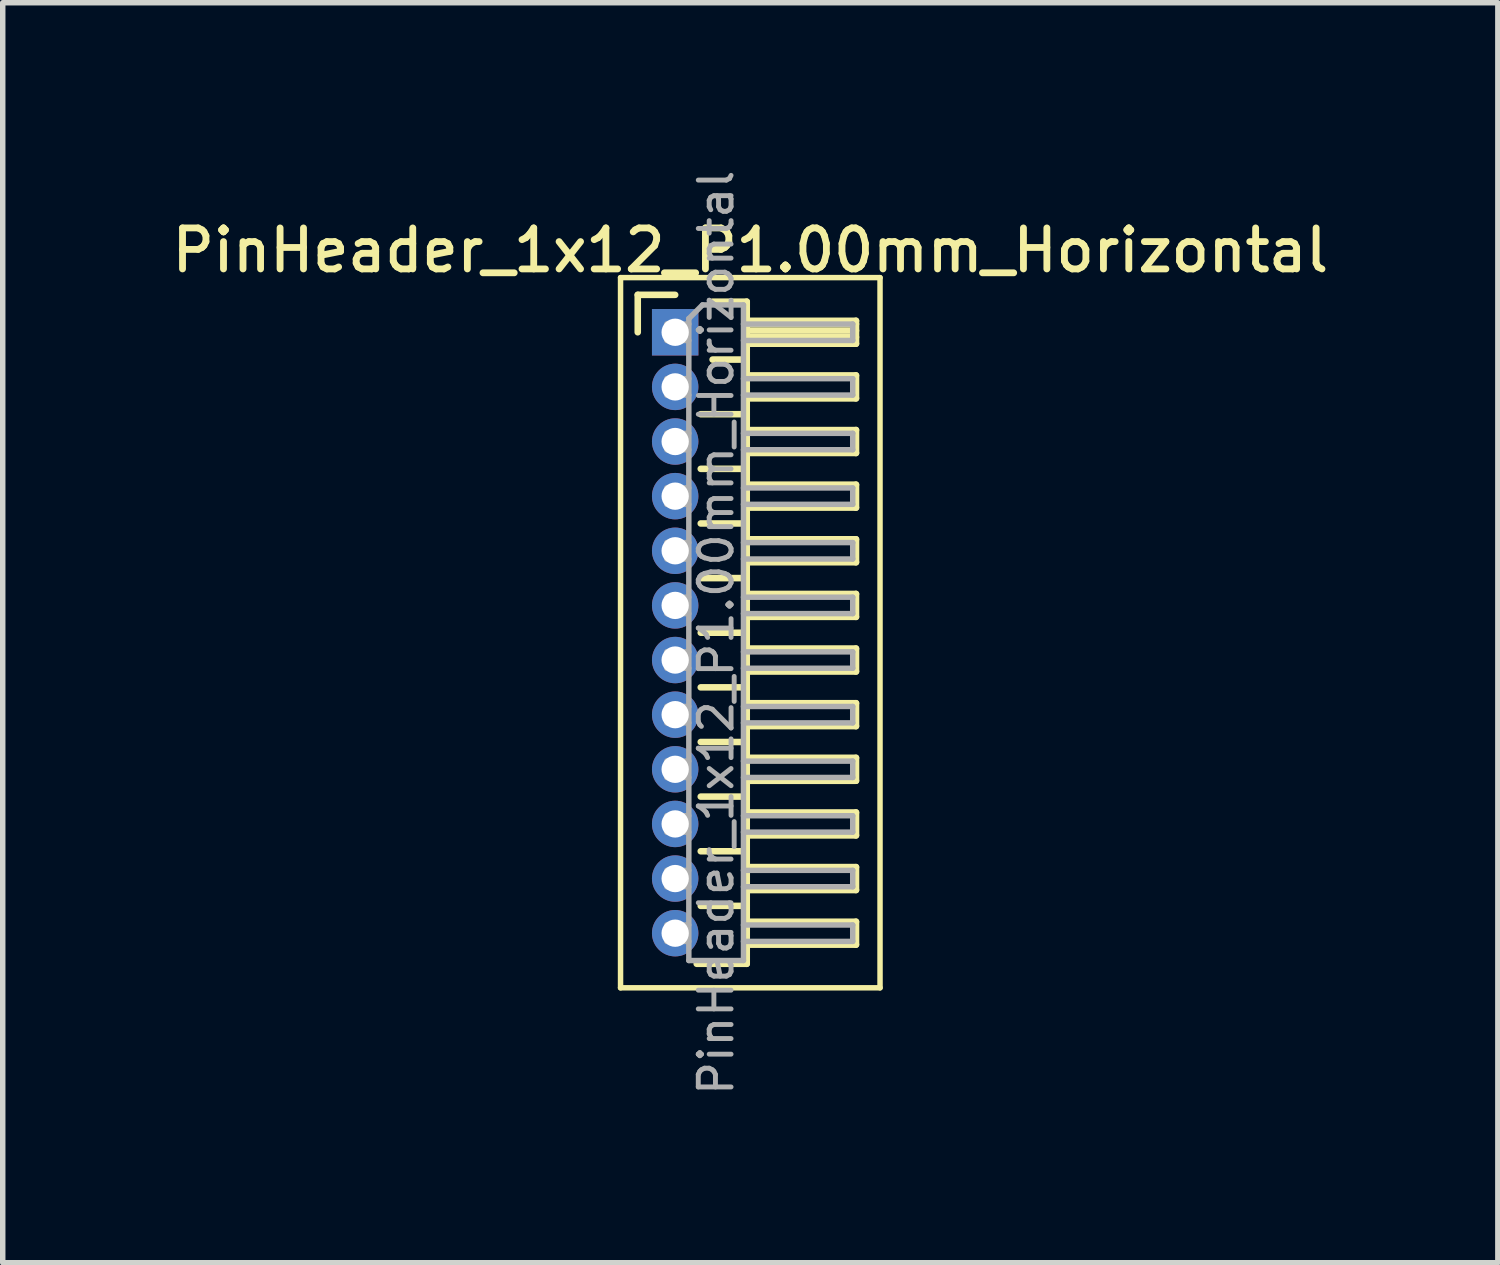
<source format=kicad_pcb>
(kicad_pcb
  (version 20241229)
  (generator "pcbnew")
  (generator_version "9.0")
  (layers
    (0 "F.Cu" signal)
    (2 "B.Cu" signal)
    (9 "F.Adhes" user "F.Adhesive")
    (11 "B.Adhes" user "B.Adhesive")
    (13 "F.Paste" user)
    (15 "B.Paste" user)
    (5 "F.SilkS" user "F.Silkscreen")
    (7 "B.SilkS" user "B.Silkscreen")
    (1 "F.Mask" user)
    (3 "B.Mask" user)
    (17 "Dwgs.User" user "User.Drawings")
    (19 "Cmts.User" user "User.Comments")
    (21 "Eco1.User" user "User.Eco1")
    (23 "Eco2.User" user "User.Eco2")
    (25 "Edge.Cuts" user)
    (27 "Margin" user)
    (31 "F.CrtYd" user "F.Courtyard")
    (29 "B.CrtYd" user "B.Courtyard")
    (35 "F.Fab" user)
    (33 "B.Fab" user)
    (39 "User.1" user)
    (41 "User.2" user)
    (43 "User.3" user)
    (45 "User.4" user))
  (footprint "PinHeader_1x12_P1.00mm_Horizontal"
    (layer "F.Cu")
    (at 9.309 3.032)
    (property "Reference" "PinHeader_1x12_P1.00mm_Horizontal" (at 1.375 -1.5 0) (layer "F.SilkS") (effects (font (size 0.75 0.75) (thickness 0.125))))
    (attr through_hole)
    (fp_line (start -1 -1) (end -1 12) (stroke (width 0.1) (type solid)) (layer "F.SilkS"))
    (fp_line (start -1 12) (end 3.75 12) (stroke (width 0.1) (type solid)) (layer "F.SilkS"))
    (fp_line (start -0.685 -0.685) (end 0 -0.685) (stroke (width 0.12) (type solid)) (layer "F.SilkS"))
    (fp_line (start -0.685 0) (end -0.685 -0.685) (stroke (width 0.12) (type solid)) (layer "F.SilkS"))
    (fp_line (start 0.468 1.5) (end 1.31 1.5) (stroke (width 0.12) (type solid)) (layer "F.SilkS"))
    (fp_line (start 0.468 2.5) (end 1.31 2.5) (stroke (width 0.12) (type solid)) (layer "F.SilkS"))
    (fp_line (start 0.468 3.5) (end 1.31 3.5) (stroke (width 0.12) (type solid)) (layer "F.SilkS"))
    (fp_line (start 0.468 4.5) (end 1.31 4.5) (stroke (width 0.12) (type solid)) (layer "F.SilkS"))
    (fp_line (start 0.468 5.5) (end 1.31 5.5) (stroke (width 0.12) (type solid)) (layer "F.SilkS"))
    (fp_line (start 0.468 6.5) (end 1.31 6.5) (stroke (width 0.12) (type solid)) (layer "F.SilkS"))
    (fp_line (start 0.468 7.5) (end 1.31 7.5) (stroke (width 0.12) (type solid)) (layer "F.SilkS"))
    (fp_line (start 0.468 8.5) (end 1.31 8.5) (stroke (width 0.12) (type solid)) (layer "F.SilkS"))
    (fp_line (start 0.468 9.5) (end 1.31 9.5) (stroke (width 0.12) (type solid)) (layer "F.SilkS"))
    (fp_line (start 0.468 10.5) (end 1.31 10.5) (stroke (width 0.12) (type solid)) (layer "F.SilkS"))
    (fp_line (start 0.685 -0.56) (end 1.31 -0.56) (stroke (width 0.12) (type solid)) (layer "F.SilkS"))
    (fp_line (start 0.685 0.5) (end 1.31 0.5) (stroke (width 0.12) (type solid)) (layer "F.SilkS"))
    (fp_line (start 1.31 -0.56) (end 1.31 11.56) (stroke (width 0.12) (type solid)) (layer "F.SilkS"))
    (fp_line (start 1.31 -0.21) (end 3.31 -0.21) (stroke (width 0.12) (type solid)) (layer "F.SilkS"))
    (fp_line (start 1.31 -0.15) (end 3.31 -0.15) (stroke (width 0.12) (type solid)) (layer "F.SilkS"))
    (fp_line (start 1.31 -0.03) (end 3.31 -0.03) (stroke (width 0.12) (type solid)) (layer "F.SilkS"))
    (fp_line (start 1.31 0.09) (end 3.31 0.09) (stroke (width 0.12) (type solid)) (layer "F.SilkS"))
    (fp_line (start 1.31 0.79) (end 3.31 0.79) (stroke (width 0.12) (type solid)) (layer "F.SilkS"))
    (fp_line (start 1.31 1.79) (end 3.31 1.79) (stroke (width 0.12) (type solid)) (layer "F.SilkS"))
    (fp_line (start 1.31 2.79) (end 3.31 2.79) (stroke (width 0.12) (type solid)) (layer "F.SilkS"))
    (fp_line (start 1.31 3.79) (end 3.31 3.79) (stroke (width 0.12) (type solid)) (layer "F.SilkS"))
    (fp_line (start 1.31 4.79) (end 3.31 4.79) (stroke (width 0.12) (type solid)) (layer "F.SilkS"))
    (fp_line (start 1.31 5.79) (end 3.31 5.79) (stroke (width 0.12) (type solid)) (layer "F.SilkS"))
    (fp_line (start 1.31 6.79) (end 3.31 6.79) (stroke (width 0.12) (type solid)) (layer "F.SilkS"))
    (fp_line (start 1.31 7.79) (end 3.31 7.79) (stroke (width 0.12) (type solid)) (layer "F.SilkS"))
    (fp_line (start 1.31 8.79) (end 3.31 8.79) (stroke (width 0.12) (type solid)) (layer "F.SilkS"))
    (fp_line (start 1.31 9.79) (end 3.31 9.79) (stroke (width 0.12) (type solid)) (layer "F.SilkS"))
    (fp_line (start 1.31 10.79) (end 3.31 10.79) (stroke (width 0.12) (type solid)) (layer "F.SilkS"))
    (fp_line (start 1.31 11.56) (end 0.394 11.56) (stroke (width 0.12) (type solid)) (layer "F.SilkS"))
    (fp_line (start 3.31 -0.21) (end 3.31 0.21) (stroke (width 0.12) (type solid)) (layer "F.SilkS"))
    (fp_line (start 3.31 0.21) (end 1.31 0.21) (stroke (width 0.12) (type solid)) (layer "F.SilkS"))
    (fp_line (start 3.31 0.79) (end 3.31 1.21) (stroke (width 0.12) (type solid)) (layer "F.SilkS"))
    (fp_line (start 3.31 1.21) (end 1.31 1.21) (stroke (width 0.12) (type solid)) (layer "F.SilkS"))
    (fp_line (start 3.31 1.79) (end 3.31 2.21) (stroke (width 0.12) (type solid)) (layer "F.SilkS"))
    (fp_line (start 3.31 2.21) (end 1.31 2.21) (stroke (width 0.12) (type solid)) (layer "F.SilkS"))
    (fp_line (start 3.31 2.79) (end 3.31 3.21) (stroke (width 0.12) (type solid)) (layer "F.SilkS"))
    (fp_line (start 3.31 3.21) (end 1.31 3.21) (stroke (width 0.12) (type solid)) (layer "F.SilkS"))
    (fp_line (start 3.31 3.79) (end 3.31 4.21) (stroke (width 0.12) (type solid)) (layer "F.SilkS"))
    (fp_line (start 3.31 4.21) (end 1.31 4.21) (stroke (width 0.12) (type solid)) (layer "F.SilkS"))
    (fp_line (start 3.31 4.79) (end 3.31 5.21) (stroke (width 0.12) (type solid)) (layer "F.SilkS"))
    (fp_line (start 3.31 5.21) (end 1.31 5.21) (stroke (width 0.12) (type solid)) (layer "F.SilkS"))
    (fp_line (start 3.31 5.79) (end 3.31 6.21) (stroke (width 0.12) (type solid)) (layer "F.SilkS"))
    (fp_line (start 3.31 6.21) (end 1.31 6.21) (stroke (width 0.12) (type solid)) (layer "F.SilkS"))
    (fp_line (start 3.31 6.79) (end 3.31 7.21) (stroke (width 0.12) (type solid)) (layer "F.SilkS"))
    (fp_line (start 3.31 7.21) (end 1.31 7.21) (stroke (width 0.12) (type solid)) (layer "F.SilkS"))
    (fp_line (start 3.31 7.79) (end 3.31 8.21) (stroke (width 0.12) (type solid)) (layer "F.SilkS"))
    (fp_line (start 3.31 8.21) (end 1.31 8.21) (stroke (width 0.12) (type solid)) (layer "F.SilkS"))
    (fp_line (start 3.31 8.79) (end 3.31 9.21) (stroke (width 0.12) (type solid)) (layer "F.SilkS"))
    (fp_line (start 3.31 9.21) (end 1.31 9.21) (stroke (width 0.12) (type solid)) (layer "F.SilkS"))
    (fp_line (start 3.31 9.79) (end 3.31 10.21) (stroke (width 0.12) (type solid)) (layer "F.SilkS"))
    (fp_line (start 3.31 10.21) (end 1.31 10.21) (stroke (width 0.12) (type solid)) (layer "F.SilkS"))
    (fp_line (start 3.31 10.79) (end 3.31 11.21) (stroke (width 0.12) (type solid)) (layer "F.SilkS"))
    (fp_line (start 3.31 11.21) (end 1.31 11.21) (stroke (width 0.12) (type solid)) (layer "F.SilkS"))
    (fp_line (start 3.75 -1) (end -1 -1) (stroke (width 0.1) (type solid)) (layer "F.SilkS"))
    (fp_line (start 3.75 12) (end 3.75 -1) (stroke (width 0.1) (type solid)) (layer "F.SilkS"))
    (fp_line (start -0.15 -0.15) (end -0.15 0.15) (stroke (width 0.1) (type solid)) (layer "F.Fab"))
    (fp_line (start -0.15 -0.15) (end 0.25 -0.15) (stroke (width 0.1) (type solid)) (layer "F.Fab"))
    (fp_line (start -0.15 0.15) (end 0.25 0.15) (stroke (width 0.1) (type solid)) (layer "F.Fab"))
    (fp_line (start -0.15 0.85) (end -0.15 1.15) (stroke (width 0.1) (type solid)) (layer "F.Fab"))
    (fp_line (start -0.15 0.85) (end 0.25 0.85) (stroke (width 0.1) (type solid)) (layer "F.Fab"))
    (fp_line (start -0.15 1.15) (end 0.25 1.15) (stroke (width 0.1) (type solid)) (layer "F.Fab"))
    (fp_line (start -0.15 1.85) (end -0.15 2.15) (stroke (width 0.1) (type solid)) (layer "F.Fab"))
    (fp_line (start -0.15 1.85) (end 0.25 1.85) (stroke (width 0.1) (type solid)) (layer "F.Fab"))
    (fp_line (start -0.15 2.15) (end 0.25 2.15) (stroke (width 0.1) (type solid)) (layer "F.Fab"))
    (fp_line (start -0.15 2.85) (end -0.15 3.15) (stroke (width 0.1) (type solid)) (layer "F.Fab"))
    (fp_line (start -0.15 2.85) (end 0.25 2.85) (stroke (width 0.1) (type solid)) (layer "F.Fab"))
    (fp_line (start -0.15 3.15) (end 0.25 3.15) (stroke (width 0.1) (type solid)) (layer "F.Fab"))
    (fp_line (start -0.15 3.85) (end -0.15 4.15) (stroke (width 0.1) (type solid)) (layer "F.Fab"))
    (fp_line (start -0.15 3.85) (end 0.25 3.85) (stroke (width 0.1) (type solid)) (layer "F.Fab"))
    (fp_line (start -0.15 4.15) (end 0.25 4.15) (stroke (width 0.1) (type solid)) (layer "F.Fab"))
    (fp_line (start -0.15 4.85) (end -0.15 5.15) (stroke (width 0.1) (type solid)) (layer "F.Fab"))
    (fp_line (start -0.15 4.85) (end 0.25 4.85) (stroke (width 0.1) (type solid)) (layer "F.Fab"))
    (fp_line (start -0.15 5.15) (end 0.25 5.15) (stroke (width 0.1) (type solid)) (layer "F.Fab"))
    (fp_line (start -0.15 5.85) (end -0.15 6.15) (stroke (width 0.1) (type solid)) (layer "F.Fab"))
    (fp_line (start -0.15 5.85) (end 0.25 5.85) (stroke (width 0.1) (type solid)) (layer "F.Fab"))
    (fp_line (start -0.15 6.15) (end 0.25 6.15) (stroke (width 0.1) (type solid)) (layer "F.Fab"))
    (fp_line (start -0.15 6.85) (end -0.15 7.15) (stroke (width 0.1) (type solid)) (layer "F.Fab"))
    (fp_line (start -0.15 6.85) (end 0.25 6.85) (stroke (width 0.1) (type solid)) (layer "F.Fab"))
    (fp_line (start -0.15 7.15) (end 0.25 7.15) (stroke (width 0.1) (type solid)) (layer "F.Fab"))
    (fp_line (start -0.15 7.85) (end -0.15 8.15) (stroke (width 0.1) (type solid)) (layer "F.Fab"))
    (fp_line (start -0.15 7.85) (end 0.25 7.85) (stroke (width 0.1) (type solid)) (layer "F.Fab"))
    (fp_line (start -0.15 8.15) (end 0.25 8.15) (stroke (width 0.1) (type solid)) (layer "F.Fab"))
    (fp_line (start -0.15 8.85) (end -0.15 9.15) (stroke (width 0.1) (type solid)) (layer "F.Fab"))
    (fp_line (start -0.15 8.85) (end 0.25 8.85) (stroke (width 0.1) (type solid)) (layer "F.Fab"))
    (fp_line (start -0.15 9.15) (end 0.25 9.15) (stroke (width 0.1) (type solid)) (layer "F.Fab"))
    (fp_line (start -0.15 9.85) (end -0.15 10.15) (stroke (width 0.1) (type solid)) (layer "F.Fab"))
    (fp_line (start -0.15 9.85) (end 0.25 9.85) (stroke (width 0.1) (type solid)) (layer "F.Fab"))
    (fp_line (start -0.15 10.15) (end 0.25 10.15) (stroke (width 0.1) (type solid)) (layer "F.Fab"))
    (fp_line (start -0.15 10.85) (end -0.15 11.15) (stroke (width 0.1) (type solid)) (layer "F.Fab"))
    (fp_line (start -0.15 10.85) (end 0.25 10.85) (stroke (width 0.1) (type solid)) (layer "F.Fab"))
    (fp_line (start -0.15 11.15) (end 0.25 11.15) (stroke (width 0.1) (type solid)) (layer "F.Fab"))
    (fp_line (start 0.25 -0.25) (end 0.5 -0.5) (stroke (width 0.1) (type solid)) (layer "F.Fab"))
    (fp_line (start 0.25 11.5) (end 0.25 -0.25) (stroke (width 0.1) (type solid)) (layer "F.Fab"))
    (fp_line (start 0.5 -0.5) (end 1.25 -0.5) (stroke (width 0.1) (type solid)) (layer "F.Fab"))
    (fp_line (start 1.25 -0.5) (end 1.25 11.5) (stroke (width 0.1) (type solid)) (layer "F.Fab"))
    (fp_line (start 1.25 -0.15) (end 3.25 -0.15) (stroke (width 0.1) (type solid)) (layer "F.Fab"))
    (fp_line (start 1.25 0.15) (end 3.25 0.15) (stroke (width 0.1) (type solid)) (layer "F.Fab"))
    (fp_line (start 1.25 0.85) (end 3.25 0.85) (stroke (width 0.1) (type solid)) (layer "F.Fab"))
    (fp_line (start 1.25 1.15) (end 3.25 1.15) (stroke (width 0.1) (type solid)) (layer "F.Fab"))
    (fp_line (start 1.25 1.85) (end 3.25 1.85) (stroke (width 0.1) (type solid)) (layer "F.Fab"))
    (fp_line (start 1.25 2.15) (end 3.25 2.15) (stroke (width 0.1) (type solid)) (layer "F.Fab"))
    (fp_line (start 1.25 2.85) (end 3.25 2.85) (stroke (width 0.1) (type solid)) (layer "F.Fab"))
    (fp_line (start 1.25 3.15) (end 3.25 3.15) (stroke (width 0.1) (type solid)) (layer "F.Fab"))
    (fp_line (start 1.25 3.85) (end 3.25 3.85) (stroke (width 0.1) (type solid)) (layer "F.Fab"))
    (fp_line (start 1.25 4.15) (end 3.25 4.15) (stroke (width 0.1) (type solid)) (layer "F.Fab"))
    (fp_line (start 1.25 4.85) (end 3.25 4.85) (stroke (width 0.1) (type solid)) (layer "F.Fab"))
    (fp_line (start 1.25 5.15) (end 3.25 5.15) (stroke (width 0.1) (type solid)) (layer "F.Fab"))
    (fp_line (start 1.25 5.85) (end 3.25 5.85) (stroke (width 0.1) (type solid)) (layer "F.Fab"))
    (fp_line (start 1.25 6.15) (end 3.25 6.15) (stroke (width 0.1) (type solid)) (layer "F.Fab"))
    (fp_line (start 1.25 6.85) (end 3.25 6.85) (stroke (width 0.1) (type solid)) (layer "F.Fab"))
    (fp_line (start 1.25 7.15) (end 3.25 7.15) (stroke (width 0.1) (type solid)) (layer "F.Fab"))
    (fp_line (start 1.25 7.85) (end 3.25 7.85) (stroke (width 0.1) (type solid)) (layer "F.Fab"))
    (fp_line (start 1.25 8.15) (end 3.25 8.15) (stroke (width 0.1) (type solid)) (layer "F.Fab"))
    (fp_line (start 1.25 8.85) (end 3.25 8.85) (stroke (width 0.1) (type solid)) (layer "F.Fab"))
    (fp_line (start 1.25 9.15) (end 3.25 9.15) (stroke (width 0.1) (type solid)) (layer "F.Fab"))
    (fp_line (start 1.25 9.85) (end 3.25 9.85) (stroke (width 0.1) (type solid)) (layer "F.Fab"))
    (fp_line (start 1.25 10.15) (end 3.25 10.15) (stroke (width 0.1) (type solid)) (layer "F.Fab"))
    (fp_line (start 1.25 10.85) (end 3.25 10.85) (stroke (width 0.1) (type solid)) (layer "F.Fab"))
    (fp_line (start 1.25 11.15) (end 3.25 11.15) (stroke (width 0.1) (type solid)) (layer "F.Fab"))
    (fp_line (start 1.25 11.5) (end 0.25 11.5) (stroke (width 0.1) (type solid)) (layer "F.Fab"))
    (fp_line (start 3.25 -0.15) (end 3.25 0.15) (stroke (width 0.1) (type solid)) (layer "F.Fab"))
    (fp_line (start 3.25 0.85) (end 3.25 1.15) (stroke (width 0.1) (type solid)) (layer "F.Fab"))
    (fp_line (start 3.25 1.85) (end 3.25 2.15) (stroke (width 0.1) (type solid)) (layer "F.Fab"))
    (fp_line (start 3.25 2.85) (end 3.25 3.15) (stroke (width 0.1) (type solid)) (layer "F.Fab"))
    (fp_line (start 3.25 3.85) (end 3.25 4.15) (stroke (width 0.1) (type solid)) (layer "F.Fab"))
    (fp_line (start 3.25 4.85) (end 3.25 5.15) (stroke (width 0.1) (type solid)) (layer "F.Fab"))
    (fp_line (start 3.25 5.85) (end 3.25 6.15) (stroke (width 0.1) (type solid)) (layer "F.Fab"))
    (fp_line (start 3.25 6.85) (end 3.25 7.15) (stroke (width 0.1) (type solid)) (layer "F.Fab"))
    (fp_line (start 3.25 7.85) (end 3.25 8.15) (stroke (width 0.1) (type solid)) (layer "F.Fab"))
    (fp_line (start 3.25 8.85) (end 3.25 9.15) (stroke (width 0.1) (type solid)) (layer "F.Fab"))
    (fp_line (start 3.25 9.85) (end 3.25 10.15) (stroke (width 0.1) (type solid)) (layer "F.Fab"))
    (fp_line (start 3.25 10.85) (end 3.25 11.15) (stroke (width 0.1) (type solid)) (layer "F.Fab"))
    (fp_text user "${REFERENCE}" (at 0.75 5.5 90) (layer "F.Fab") (effects (font (size 0.6 0.6) (thickness 0.09))))
    (pad "1" thru_hole rect (at 0 0) (size 0.85 0.85) (drill 0.5) (layers "*.Cu" "*.Mask"))
    (pad "2" thru_hole oval (at 0 1) (size 0.85 0.85) (drill 0.5) (layers "*.Cu" "*.Mask"))
    (pad "3" thru_hole oval (at 0 2) (size 0.85 0.85) (drill 0.5) (layers "*.Cu" "*.Mask"))
    (pad "4" thru_hole oval (at 0 3) (size 0.85 0.85) (drill 0.5) (layers "*.Cu" "*.Mask"))
    (pad "5" thru_hole oval (at 0 4) (size 0.85 0.85) (drill 0.5) (layers "*.Cu" "*.Mask"))
    (pad "6" thru_hole oval (at 0 5) (size 0.85 0.85) (drill 0.5) (layers "*.Cu" "*.Mask"))
    (pad "7" thru_hole oval (at 0 6) (size 0.85 0.85) (drill 0.5) (layers "*.Cu" "*.Mask"))
    (pad "8" thru_hole oval (at 0 7) (size 0.85 0.85) (drill 0.5) (layers "*.Cu" "*.Mask"))
    (pad "9" thru_hole oval (at 0 8) (size 0.85 0.85) (drill 0.5) (layers "*.Cu" "*.Mask"))
    (pad "10" thru_hole oval (at 0 9) (size 0.85 0.85) (drill 0.5) (layers "*.Cu" "*.Mask"))
    (pad "11" thru_hole oval (at 0 10) (size 0.85 0.85) (drill 0.5) (layers "*.Cu" "*.Mask"))
    (pad "12" thru_hole oval (at 0 11) (size 0.85 0.85) (drill 0.5) (layers "*.Cu" "*.Mask")))
  (gr_rect
    (start -3 -3)
    (end 24.368 20.064)
    (stroke (width 0.1) (type default))
    (fill no)
    (layer "Edge.Cuts")))
</source>
